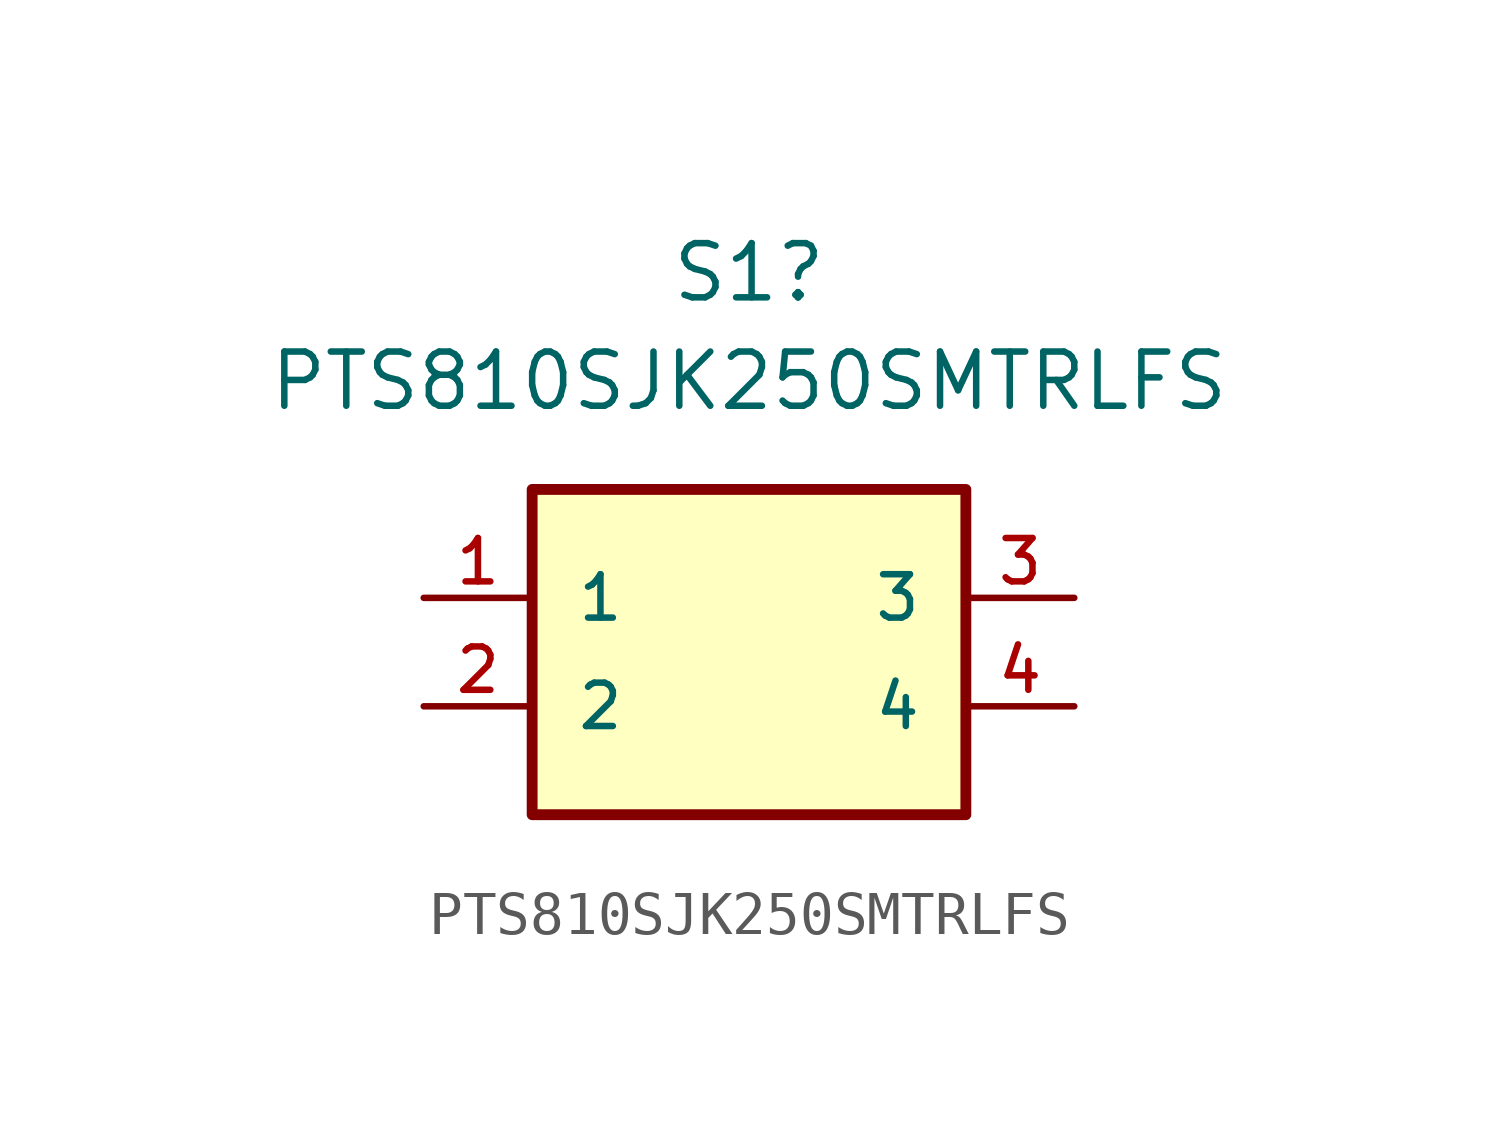
<source format=kicad_sym>
(kicad_symbol_lib
  (version 20220914)
  (generator kicad_symbol_editor)
  (symbol "PTS810SJK250SMTRLFS"
    (pin_names
      (offset 1.016))
    (property "Reference" "S1"
      (at 10.16 7.62 0)
      (effects (font (size 1.27 1.27))))
    (property "Value" "PTS810SJK250SMTRLFS"
      (at 10.16 5.08 0)
      (effects (font (size 1.27 1.27))))
    (symbol "PTS810SJK250SMTRLFS_0_0"
      (rectangle (start 5.08 -5.08) (end 15.24 2.54) (stroke (width 0.254) (type default)) (fill (type background))))
    (symbol "PTS810SJK250SMTRLFS_1_0"
      (pin bidirectional line (at 2.54 0 0) (length 2.54) (name "1" (effects (font (size 1.016 1.016)))) (number "1" (effects (font (size 1.016 1.016)))))
      (pin bidirectional line (at 2.54 -2.54 0) (length 2.54) (name "2" (effects (font (size 1.016 1.016)))) (number "2" (effects (font (size 1.016 1.016)))))
      (pin bidirectional line (at 17.78 0 180) (length 2.54) (name "3" (effects (font (size 1.016 1.016)))) (number "3" (effects (font (size 1.016 1.016)))))
      (pin bidirectional line (at 17.78 -2.54 180) (length 2.54) (name "4" (effects (font (size 1.016 1.016)))) (number "4" (effects (font (size 1.016 1.016))))))))
</source>
